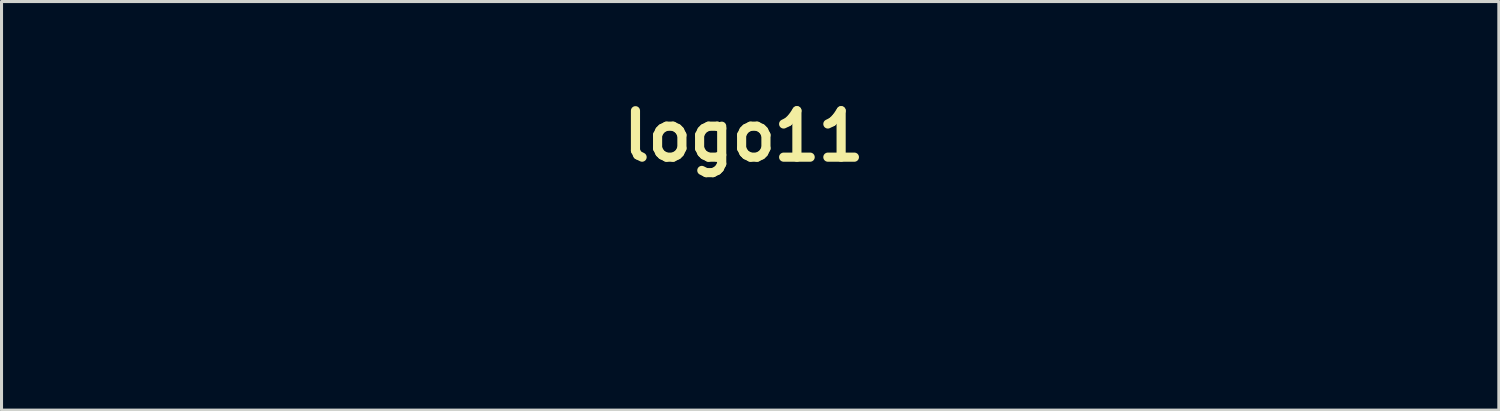
<source format=kicad_pcb>
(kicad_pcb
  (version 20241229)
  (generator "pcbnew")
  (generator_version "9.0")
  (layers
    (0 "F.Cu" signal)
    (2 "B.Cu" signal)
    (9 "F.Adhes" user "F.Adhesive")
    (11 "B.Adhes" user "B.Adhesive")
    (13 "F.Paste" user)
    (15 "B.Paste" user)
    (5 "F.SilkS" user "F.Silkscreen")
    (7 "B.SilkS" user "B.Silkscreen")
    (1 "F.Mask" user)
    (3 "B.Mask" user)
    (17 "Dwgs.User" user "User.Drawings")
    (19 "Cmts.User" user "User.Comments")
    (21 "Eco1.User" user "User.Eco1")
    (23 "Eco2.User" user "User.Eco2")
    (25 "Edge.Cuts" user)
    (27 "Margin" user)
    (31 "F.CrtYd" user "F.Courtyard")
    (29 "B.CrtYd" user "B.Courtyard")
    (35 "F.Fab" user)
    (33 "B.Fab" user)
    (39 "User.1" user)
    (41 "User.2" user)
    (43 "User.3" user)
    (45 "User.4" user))
  (footprint "logo11"
    (layer "F.Cu")
    (at 21.435 6.018)
    (property "Reference" "logo11" (at -0.075 -4.6 0) (layer "F.SilkS") (effects (font (size 1.524 1.524) (thickness 0.3))))
    (attr board_only exclude_from_pos_files exclude_from_bom)
    (fp_poly (pts (xy -7.488 -2.669) (xy -7.261 -2.489) (xy -7.25 -2.473) (xy -7.157 -2.184) (xy -7.219 -1.901) (xy -7.397 -1.658) (xy -7.648 -1.487) (xy -7.933 -1.42) (xy -8.209 -1.49) (xy -8.346 -1.602) (xy -8.475 -1.872) (xy -8.461 -2.051) (xy -8.307 -2.372) (xy -8.061 -2.593) (xy -7.771 -2.698)) (stroke (width 0) (type solid)) (fill yes) (layer "F.Mask"))
    (fp_poly (pts (xy -4.188 -2.669) (xy -3.961 -2.489) (xy -3.95 -2.473) (xy -3.857 -2.184) (xy -3.919 -1.901) (xy -4.097 -1.658) (xy -4.348 -1.487) (xy -4.633 -1.42) (xy -4.909 -1.49) (xy -5.046 -1.602) (xy -5.175 -1.872) (xy -5.161 -2.051) (xy -5.007 -2.372) (xy -4.761 -2.593) (xy -4.471 -2.698)) (stroke (width 0) (type solid)) (fill yes) (layer "F.Mask"))
    (fp_poly (pts (xy -7.406 -1.279) (xy -7.422 -1.188) (xy -7.461 -0.997) (xy -7.531 -0.661) (xy -7.621 -0.229) (xy -7.705 0.176) (xy -7.94 1.305) (xy -8.577 1.305) (xy -8.922 1.299) (xy -9.107 1.272) (xy -9.172 1.212) (xy -9.163 1.129) (xy -9.119 0.953) (xy -9.049 0.639) (xy -8.964 0.246) (xy -8.937 0.117) (xy -8.762 -0.719) (xy -8.068 -1.07) (xy -7.721 -1.244) (xy -7.518 -1.332) (xy -7.424 -1.342)) (stroke (width 0) (type solid)) (fill yes) (layer "F.Mask"))
    (fp_poly (pts (xy -4.106 -1.279) (xy -4.122 -1.188) (xy -4.161 -0.997) (xy -4.231 -0.661) (xy -4.321 -0.229) (xy -4.405 0.176) (xy -4.64 1.305) (xy -5.277 1.305) (xy -5.622 1.299) (xy -5.807 1.272) (xy -5.872 1.212) (xy -5.863 1.129) (xy -5.819 0.953) (xy -5.749 0.639) (xy -5.664 0.246) (xy -5.637 0.117) (xy -5.462 -0.719) (xy -4.768 -1.07) (xy -4.421 -1.244) (xy -4.218 -1.332) (xy -4.124 -1.342)) (stroke (width 0) (type solid)) (fill yes) (layer "F.Mask"))
    (fp_poly (pts (xy -5.615 -2.417) (xy -5.647 -2.158) (xy -5.713 -1.762) (xy -5.807 -1.259) (xy -5.925 -0.68) (xy -5.941 -0.602) (xy -6.347 1.305) (xy -6.98 1.305) (xy -7.324 1.299) (xy -7.508 1.271) (xy -7.571 1.211) (xy -7.562 1.129) (xy -7.523 0.967) (xy -7.453 0.653) (xy -7.363 0.23) (xy -7.261 -0.258) (xy -7.252 -0.301) (xy -7.15 -0.793) (xy -7.057 -1.224) (xy -6.985 -1.55) (xy -6.941 -1.727) (xy -6.939 -1.734) (xy -6.833 -1.852) (xy -6.603 -2.02) (xy -6.306 -2.204) (xy -6.001 -2.368) (xy -5.745 -2.481) (xy -5.621 -2.51)) (stroke (width 0) (type solid)) (fill yes) (layer "F.Mask"))
    (fp_poly (pts (xy -1.419 -0.598) (xy -1.697 -0.281) (xy -1.92 -0.015) (xy -2.057 0.161) (xy -2.083 0.205) (xy -2.017 0.264) (xy -1.809 0.298) (xy -1.708 0.301) (xy -1.455 0.318) (xy -1.313 0.359) (xy -1.302 0.376) (xy -1.348 0.502) (xy -1.464 0.733) (xy -1.53 0.853) (xy -1.756 1.255) (xy -3.091 1.283) (xy -4.427 1.311) (xy -3.703 0.505) (xy -2.979 -0.301) (xy -3.439 -0.301) (xy -3.712 -0.314) (xy -3.877 -0.347) (xy -3.9 -0.368) (xy -3.853 -0.486) (xy -3.734 -0.714) (xy -3.646 -0.87) (xy -3.392 -1.305) (xy -0.787 -1.305)) (stroke (width 0) (type solid)) (fill yes) (layer "F.Mask"))
    (fp_poly (pts (xy 4.544 -1.366) (xy 4.802 -1.301) (xy 4.503 -0.776) (xy 4.319 -0.477) (xy 4.171 -0.318) (xy 4.01 -0.258) (xy 3.894 -0.251) (xy 3.635 -0.203) (xy 3.443 -0.039) (xy 3.296 0.269) (xy 3.18 0.722) (xy 3.06 1.305) (xy 1.805 1.305) (xy 1.86 1.029) (xy 1.91 0.796) (xy 1.987 0.44) (xy 2.077 0.036) (xy 2.085 0) (xy 2.254 -0.753) (xy 2.877 -1.085) (xy 3.218 -1.255) (xy 3.415 -1.323) (xy 3.495 -1.297) (xy 3.5 -1.269) (xy 3.524 -1.184) (xy 3.627 -1.182) (xy 3.858 -1.262) (xy 3.893 -1.276) (xy 4.23 -1.366) (xy 4.52 -1.371)) (stroke (width 0) (type solid)) (fill yes) (layer "F.Mask"))
    (fp_poly (pts (xy 21.444 -1.366) (xy 21.702 -1.301) (xy 21.403 -0.776) (xy 21.219 -0.477) (xy 21.071 -0.318) (xy 20.91 -0.258) (xy 20.794 -0.251) (xy 20.535 -0.203) (xy 20.343 -0.039) (xy 20.196 0.269) (xy 20.08 0.722) (xy 19.96 1.305) (xy 18.705 1.305) (xy 18.76 1.029) (xy 18.81 0.796) (xy 18.887 0.44) (xy 18.977 0.036) (xy 18.985 0) (xy 19.154 -0.753) (xy 19.777 -1.085) (xy 20.118 -1.255) (xy 20.315 -1.323) (xy 20.395 -1.297) (xy 20.4 -1.269) (xy 20.424 -1.184) (xy 20.527 -1.182) (xy 20.758 -1.262) (xy 20.793 -1.276) (xy 21.13 -1.366) (xy 21.42 -1.371)) (stroke (width 0) (type solid)) (fill yes) (layer "F.Mask"))
    (fp_poly (pts (xy 9.1 -1.908) (xy 8.926 -1.581) (xy 8.79 -1.399) (xy 8.654 -1.32) (xy 8.5 -1.305) (xy 8.38 -1.304) (xy 8.29 -1.283) (xy 8.218 -1.213) (xy 8.153 -1.066) (xy 8.084 -0.812) (xy 7.998 -0.425) (xy 7.884 0.124) (xy 7.858 0.251) (xy 7.65 1.255) (xy 6.975 1.285) (xy 6.637 1.292) (xy 6.395 1.283) (xy 6.3 1.261) (xy 6.3 1.26) (xy 6.32 1.146) (xy 6.373 0.876) (xy 6.452 0.49) (xy 6.549 0.029) (xy 6.549 0.025) (xy 6.646 -0.439) (xy 6.726 -0.83) (xy 6.78 -1.107) (xy 6.799 -1.23) (xy 6.799 -1.23) (xy 6.713 -1.283) (xy 6.504 -1.305) (xy 6.5 -1.305) (xy 6.315 -1.324) (xy 6.222 -1.405) (xy 6.211 -1.588) (xy 6.274 -1.91) (xy 6.312 -2.064) (xy 6.424 -2.51) (xy 9.403 -2.51)) (stroke (width 0) (type solid)) (fill yes) (layer "F.Mask"))
    (fp_poly (pts (xy 13.311 -1.39) (xy 13.642 -1.308) (xy 13.897 -1.211) (xy 13.685 -0.851) (xy 13.513 -0.613) (xy 13.365 -0.546) (xy 13.312 -0.559) (xy 12.972 -0.672) (xy 12.762 -0.668) (xy 12.7 -0.568) (xy 12.794 -0.43) (xy 13.055 -0.304) (xy 13.11 -0.286) (xy 13.463 -0.116) (xy 13.631 0.131) (xy 13.617 0.459) (xy 13.541 0.657) (xy 13.281 0.988) (xy 12.884 1.23) (xy 12.397 1.369) (xy 11.869 1.391) (xy 11.35 1.283) (xy 11.133 1.202) (xy 11.019 1.152) (xy 11.018 1.151) (xy 11.04 1.054) (xy 11.132 0.841) (xy 11.197 0.709) (xy 11.331 0.462) (xy 11.428 0.366) (xy 11.538 0.391) (xy 11.626 0.449) (xy 11.851 0.557) (xy 12.083 0.599) (xy 12.254 0.571) (xy 12.3 0.501) (xy 12.216 0.405) (xy 12.004 0.284) (xy 11.899 0.239) (xy 11.572 0.031) (xy 11.421 -0.242) (xy 11.447 -0.554) (xy 11.646 -0.879) (xy 11.992 -1.177) (xy 12.361 -1.335) (xy 12.829 -1.408)) (stroke (width 0) (type solid)) (fill yes) (layer "F.Mask"))
    (fp_poly (pts (xy -16.13 -2.258) (xy -16.187 -2.025) (xy -16.249 -1.719) (xy -16.256 -1.682) (xy -16.288 -1.437) (xy -16.248 -1.331) (xy -16.105 -1.305) (xy -16.061 -1.305) (xy -15.868 -1.285) (xy -15.8 -1.244) (xy -15.857 -1.071) (xy -15.996 -0.829) (xy -16.169 -0.586) (xy -16.328 -0.414) (xy -16.393 -0.374) (xy -16.509 -0.263) (xy -16.615 0.019) (xy -16.693 0.361) (xy -16.78 0.797) (xy -16.854 1.072) (xy -16.947 1.225) (xy -17.09 1.29) (xy -17.315 1.305) (xy -17.511 1.305) (xy -17.88 1.288) (xy -18.067 1.233) (xy -18.096 1.18) (xy -18.074 1.022) (xy -18.02 0.733) (xy -17.95 0.402) (xy -17.864 0.006) (xy -17.822 -0.232) (xy -17.827 -0.353) (xy -17.88 -0.396) (xy -17.986 -0.402) (xy -18.006 -0.402) (xy -18.106 -0.407) (xy -18.15 -0.437) (xy -18.123 -0.509) (xy -18.008 -0.645) (xy -17.789 -0.862) (xy -17.452 -1.18) (xy -17.088 -1.517) (xy -16.718 -1.85) (xy -16.421 -2.098) (xy -16.218 -2.246) (xy -16.13 -2.277)) (stroke (width 0) (type solid)) (fill yes) (layer "F.Mask"))
    (fp_poly (pts (xy 15.97 -2.258) (xy 15.913 -2.025) (xy 15.851 -1.719) (xy 15.844 -1.682) (xy 15.812 -1.437) (xy 15.852 -1.331) (xy 15.995 -1.305) (xy 16.039 -1.305) (xy 16.232 -1.285) (xy 16.3 -1.244) (xy 16.243 -1.071) (xy 16.104 -0.829) (xy 15.931 -0.586) (xy 15.772 -0.414) (xy 15.707 -0.374) (xy 15.591 -0.263) (xy 15.485 0.019) (xy 15.407 0.361) (xy 15.32 0.797) (xy 15.246 1.072) (xy 15.153 1.225) (xy 15.01 1.29) (xy 14.785 1.305) (xy 14.589 1.305) (xy 14.22 1.288) (xy 14.033 1.233) (xy 14.004 1.18) (xy 14.026 1.022) (xy 14.08 0.733) (xy 14.15 0.402) (xy 14.236 0.006) (xy 14.278 -0.232) (xy 14.273 -0.353) (xy 14.22 -0.396) (xy 14.114 -0.402) (xy 14.094 -0.402) (xy 13.994 -0.407) (xy 13.95 -0.437) (xy 13.977 -0.509) (xy 14.092 -0.645) (xy 14.311 -0.862) (xy 14.648 -1.18) (xy 15.012 -1.517) (xy 15.382 -1.85) (xy 15.679 -2.098) (xy 15.882 -2.246) (xy 15.97 -2.277)) (stroke (width 0) (type solid)) (fill yes) (layer "F.Mask"))
    (fp_poly (pts (xy -18.405 -2.35) (xy -18.006 -2.189) (xy -18.255 -1.696) (xy -18.402 -1.417) (xy -18.503 -1.288) (xy -18.602 -1.279) (xy -18.744 -1.361) (xy -18.746 -1.362) (xy -18.987 -1.461) (xy -19.247 -1.485) (xy -19.457 -1.438) (xy -19.55 -1.324) (xy -19.55 -1.316) (xy -19.46 -1.205) (xy -19.226 -1.087) (xy -19.079 -1.038) (xy -18.64 -0.842) (xy -18.384 -0.565) (xy -18.312 -0.21) (xy -18.424 0.223) (xy -18.524 0.423) (xy -18.866 0.841) (xy -19.335 1.149) (xy -19.879 1.328) (xy -20.45 1.361) (xy -20.948 1.251) (xy -21.215 1.137) (xy -21.401 1.037) (xy -21.43 1.014) (xy -21.435 0.885) (xy -21.358 0.64) (xy -21.253 0.408) (xy -20.991 -0.111) (xy -20.647 0.102) (xy -20.353 0.236) (xy -20.088 0.278) (xy -19.904 0.226) (xy -19.85 0.113) (xy -19.935 -0.001) (xy -20.152 -0.136) (xy -20.29 -0.197) (xy -20.692 -0.406) (xy -20.92 -0.661) (xy -20.999 -0.994) (xy -21 -1.036) (xy -20.904 -1.461) (xy -20.631 -1.853) (xy -20.205 -2.183) (xy -20.077 -2.252) (xy -19.485 -2.464) (xy -18.918 -2.487)) (stroke (width 0) (type solid)) (fill yes) (layer "F.Mask"))
    (fp_poly (pts (xy 1.174 -1.34) (xy 1.407 -1.281) (xy 1.586 -1.155) (xy 1.637 -1.104) (xy 1.827 -0.862) (xy 1.947 -0.627) (xy 1.948 -0.624) (xy 1.964 -0.506) (xy 1.913 -0.406) (xy 1.763 -0.298) (xy 1.481 -0.155) (xy 1.208 -0.03) (xy 0.848 0.143) (xy 0.571 0.295) (xy 0.417 0.403) (xy 0.4 0.43) (xy 0.48 0.483) (xy 0.614 0.469) (xy 0.869 0.492) (xy 1.166 0.644) (xy 1.361 0.8) (xy 1.408 0.926) (xy 1.295 1.048) (xy 1.008 1.194) (xy 0.871 1.253) (xy 0.345 1.388) (xy -0.144 1.347) (xy -0.261 1.307) (xy -0.555 1.098) (xy -0.785 0.775) (xy -0.895 0.424) (xy -0.898 0.363) (xy -0.81 -0.103) (xy -0.785 -0.155) (xy 0.239 -0.155) (xy 0.288 -0.11) (xy 0.473 -0.153) (xy 0.668 -0.221) (xy 0.926 -0.343) (xy 0.992 -0.455) (xy 0.899 -0.553) (xy 0.696 -0.576) (xy 0.465 -0.476) (xy 0.296 -0.294) (xy 0.239 -0.155) (xy -0.785 -0.155) (xy -0.581 -0.575) (xy -0.251 -0.975) (xy -0.144 -1.066) (xy 0.124 -1.242) (xy 0.389 -1.329) (xy 0.744 -1.355) (xy 0.815 -1.355)) (stroke (width 0) (type solid)) (fill yes) (layer "F.Mask"))
    (fp_poly (pts (xy 10.474 -1.34) (xy 10.707 -1.281) (xy 10.886 -1.155) (xy 10.937 -1.104) (xy 11.127 -0.862) (xy 11.247 -0.627) (xy 11.248 -0.624) (xy 11.264 -0.506) (xy 11.213 -0.406) (xy 11.063 -0.298) (xy 10.781 -0.155) (xy 10.508 -0.03) (xy 10.148 0.143) (xy 9.871 0.295) (xy 9.717 0.403) (xy 9.7 0.43) (xy 9.78 0.483) (xy 9.914 0.469) (xy 10.169 0.492) (xy 10.466 0.644) (xy 10.661 0.8) (xy 10.708 0.926) (xy 10.595 1.048) (xy 10.308 1.194) (xy 10.171 1.253) (xy 9.645 1.388) (xy 9.156 1.347) (xy 9.039 1.307) (xy 8.745 1.098) (xy 8.515 0.775) (xy 8.405 0.424) (xy 8.402 0.363) (xy 8.49 -0.103) (xy 8.515 -0.155) (xy 9.539 -0.155) (xy 9.588 -0.11) (xy 9.773 -0.153) (xy 9.968 -0.221) (xy 10.226 -0.343) (xy 10.292 -0.455) (xy 10.199 -0.553) (xy 9.996 -0.576) (xy 9.765 -0.476) (xy 9.596 -0.294) (xy 9.539 -0.155) (xy 8.515 -0.155) (xy 8.719 -0.575) (xy 9.049 -0.975) (xy 9.156 -1.066) (xy 9.424 -1.242) (xy 9.689 -1.329) (xy 10.044 -1.355) (xy 10.115 -1.355)) (stroke (width 0) (type solid)) (fill yes) (layer "F.Mask"))
    (fp_poly (pts (xy 18.074 -1.34) (xy 18.307 -1.281) (xy 18.486 -1.155) (xy 18.537 -1.104) (xy 18.727 -0.862) (xy 18.847 -0.627) (xy 18.848 -0.624) (xy 18.864 -0.506) (xy 18.813 -0.406) (xy 18.663 -0.298) (xy 18.381 -0.155) (xy 18.108 -0.03) (xy 17.748 0.143) (xy 17.471 0.295) (xy 17.317 0.403) (xy 17.3 0.43) (xy 17.38 0.483) (xy 17.514 0.469) (xy 17.769 0.492) (xy 18.066 0.644) (xy 18.261 0.8) (xy 18.308 0.926) (xy 18.195 1.048) (xy 17.908 1.194) (xy 17.771 1.253) (xy 17.245 1.388) (xy 16.756 1.347) (xy 16.639 1.307) (xy 16.345 1.098) (xy 16.115 0.775) (xy 16.005 0.424) (xy 16.002 0.363) (xy 16.09 -0.103) (xy 16.115 -0.155) (xy 17.139 -0.155) (xy 17.188 -0.11) (xy 17.373 -0.153) (xy 17.568 -0.221) (xy 17.826 -0.343) (xy 17.892 -0.455) (xy 17.799 -0.553) (xy 17.596 -0.576) (xy 17.365 -0.476) (xy 17.196 -0.294) (xy 17.139 -0.155) (xy 16.115 -0.155) (xy 16.319 -0.575) (xy 16.649 -0.975) (xy 16.756 -1.066) (xy 17.024 -1.242) (xy 17.289 -1.329) (xy 17.644 -1.355) (xy 17.715 -1.355)) (stroke (width 0) (type solid)) (fill yes) (layer "F.Mask"))
    (fp_poly (pts (xy -14.42 -1.365) (xy -14.157 -1.262) (xy -13.925 -1.161) (xy -13.82 -1.196) (xy -13.819 -1.197) (xy -13.707 -1.257) (xy -13.458 -1.296) (xy -13.242 -1.305) (xy -12.913 -1.291) (xy -12.746 -1.243) (xy -12.7 -1.153) (xy -12.721 -0.992) (xy -12.78 -0.671) (xy -12.869 -0.23) (xy -12.98 0.297) (xy -13.106 0.871) (xy -13.153 1.079) (xy -13.201 1.205) (xy -13.308 1.273) (xy -13.524 1.301) (xy -13.808 1.305) (xy -14.152 1.29) (xy -14.332 1.248) (xy -14.35 1.205) (xy -14.336 1.113) (xy -14.474 1.14) (xy -14.582 1.191) (xy -14.965 1.316) (xy -15.374 1.345) (xy -15.473 1.332) (xy -15.74 1.194) (xy -15.962 0.926) (xy -16.088 0.6) (xy -16.1 0.475) (xy -16.054 0.122) (xy -14.771 0.122) (xy -14.758 0.165) (xy -14.622 0.275) (xy -14.475 0.283) (xy -14.306 0.206) (xy -14.228 0.004) (xy -14.219 -0.075) (xy -14.218 -0.303) (xy -14.296 -0.391) (xy -14.39 -0.402) (xy -14.595 -0.315) (xy -14.74 -0.113) (xy -14.771 0.122) (xy -16.054 0.122) (xy -16.031 -0.061) (xy -15.84 -0.538) (xy -15.557 -0.931) (xy -15.207 -1.216) (xy -14.819 -1.369)) (stroke (width 0) (type solid)) (fill yes) (layer "F.Mask"))
    (fp_poly (pts (xy -10.638 -2.517) (xy -10.638 -2.44) (xy -10.706 -2.186) (xy -10.782 -1.86) (xy -10.849 -1.541) (xy -10.891 -1.302) (xy -10.898 -1.238) (xy -10.837 -1.183) (xy -10.639 -1.251) (xy -10.594 -1.273) (xy -10.223 -1.371) (xy -9.838 -1.335) (xy -9.52 -1.174) (xy -9.465 -1.121) (xy -9.286 -0.783) (xy -9.24 -0.356) (xy -9.317 0.109) (xy -9.508 0.56) (xy -9.803 0.946) (xy -9.86 0.999) (xy -10.093 1.183) (xy -10.279 1.293) (xy -10.328 1.307) (xy -10.524 1.33) (xy -10.65 1.355) (xy -10.876 1.348) (xy -11.154 1.267) (xy -11.175 1.258) (xy -11.387 1.188) (xy -11.496 1.196) (xy -11.5 1.21) (xy -11.591 1.26) (xy -11.827 1.294) (xy -12.107 1.305) (xy -12.442 1.298) (xy -12.617 1.269) (xy -12.673 1.204) (xy -12.663 1.129) (xy -12.624 0.968) (xy -12.554 0.653) (xy -12.463 0.23) (xy -12.438 0.116) (xy -11.173 0.116) (xy -11.161 0.158) (xy -11.028 0.283) (xy -10.828 0.281) (xy -10.643 0.161) (xy -10.596 0.093) (xy -10.527 -0.165) (xy -10.61 -0.344) (xy -10.793 -0.402) (xy -10.995 -0.315) (xy -11.14 -0.114) (xy -11.173 0.116) (xy -12.438 0.116) (xy -12.359 -0.257) (xy -12.35 -0.301) (xy -12.246 -0.793) (xy -12.153 -1.223) (xy -12.08 -1.55) (xy -12.038 -1.727) (xy -12.036 -1.734) (xy -11.927 -1.862) (xy -11.684 -2.039) (xy -11.355 -2.23) (xy -11.284 -2.267) (xy -10.933 -2.438) (xy -10.727 -2.519)) (stroke (width 0) (type solid)) (fill yes) (layer "F.Mask")))
  (gr_rect
    (start -3 -3)
    (end 46.137 10.409)
    (stroke (width 0.1) (type default))
    (fill no)
    (layer "Edge.Cuts")))
</source>
